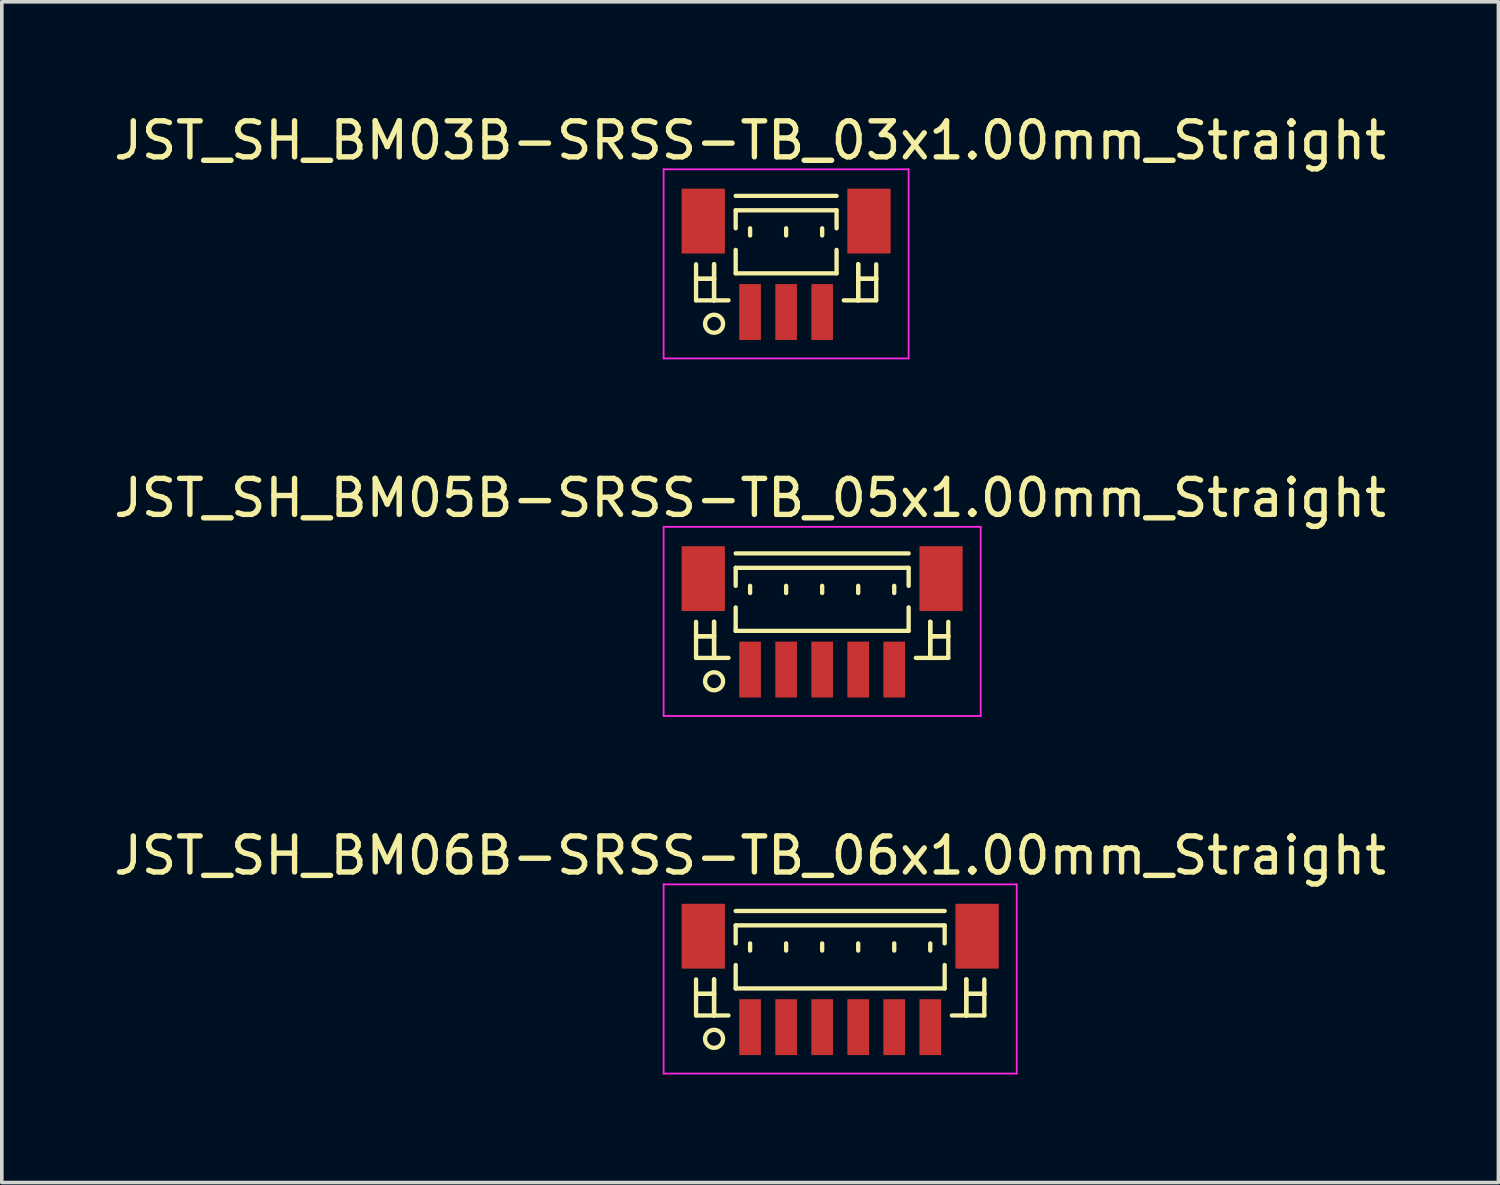
<source format=kicad_pcb>
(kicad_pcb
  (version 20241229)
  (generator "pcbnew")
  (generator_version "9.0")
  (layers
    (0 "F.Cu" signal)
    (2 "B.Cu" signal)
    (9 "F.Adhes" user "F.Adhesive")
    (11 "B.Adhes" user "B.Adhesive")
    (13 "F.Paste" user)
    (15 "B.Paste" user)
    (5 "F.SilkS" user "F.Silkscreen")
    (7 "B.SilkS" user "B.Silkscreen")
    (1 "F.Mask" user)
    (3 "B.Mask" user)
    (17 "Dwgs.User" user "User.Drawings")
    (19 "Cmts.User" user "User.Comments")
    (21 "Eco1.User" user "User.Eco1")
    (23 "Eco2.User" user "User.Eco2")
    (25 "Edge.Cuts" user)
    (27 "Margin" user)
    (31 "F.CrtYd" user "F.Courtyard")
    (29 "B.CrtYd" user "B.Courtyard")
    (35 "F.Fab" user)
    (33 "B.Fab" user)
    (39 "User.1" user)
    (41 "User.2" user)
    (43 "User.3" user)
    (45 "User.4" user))
  (footprint "JST_SH_BM03B-SRSS-TB_03x1.00mm_Straight"
    (layer "F.Cu")
    (at 18.768 4.348)
    (property "Reference" "JST_SH_BM03B-SRSS-TB_03x1.00mm_Straight" (at -1 -3.5 0) (layer "F.SilkS") (effects (font (size 1 1) (thickness 0.15))))
    (attr smd)
    (fp_line (start -2.5 -0.062) (end -2.5 0.938) (stroke (width 0.12) (type solid)) (layer "F.SilkS"))
    (fp_line (start -2.5 0.338) (end -2.5 0.338) (stroke (width 0.12) (type solid)) (layer "F.SilkS"))
    (fp_line (start -2.5 0.338) (end -2 0.338) (stroke (width 0.12) (type solid)) (layer "F.SilkS"))
    (fp_line (start -2.5 0.938) (end -1.6 0.938) (stroke (width 0.12) (type solid)) (layer "F.SilkS"))
    (fp_line (start -2 -0.062) (end -2 -0.062) (stroke (width 0.12) (type solid)) (layer "F.SilkS"))
    (fp_line (start -2 -0.062) (end -2 0.938) (stroke (width 0.12) (type solid)) (layer "F.SilkS"))
    (fp_line (start -2 0.338) (end -2.5 0.338) (stroke (width 0.12) (type solid)) (layer "F.SilkS"))
    (fp_line (start -2 0.338) (end -2 0.338) (stroke (width 0.12) (type solid)) (layer "F.SilkS"))
    (fp_line (start -2 0.938) (end -2 -0.062) (stroke (width 0.12) (type solid)) (layer "F.SilkS"))
    (fp_line (start -2 0.938) (end -2 0.938) (stroke (width 0.12) (type solid)) (layer "F.SilkS"))
    (fp_line (start -1.4 -1.962) (end 1.4 -1.962) (stroke (width 0.12) (type solid)) (layer "F.SilkS"))
    (fp_line (start -1.4 -1.562) (end 1.4 -1.562) (stroke (width 0.12) (type solid)) (layer "F.SilkS"))
    (fp_line (start -1.4 -1.062) (end -1.4 -1.562) (stroke (width 0.12) (type solid)) (layer "F.SilkS"))
    (fp_line (start -1.4 -0.463) (end -1.4 0.188) (stroke (width 0.12) (type solid)) (layer "F.SilkS"))
    (fp_line (start -1.4 0.188) (end 1.4 0.188) (stroke (width 0.12) (type solid)) (layer "F.SilkS"))
    (fp_line (start -1 -1.062) (end -1 -0.863) (stroke (width 0.12) (type solid)) (layer "F.SilkS"))
    (fp_line (start 0 -1.062) (end 0 -0.863) (stroke (width 0.12) (type solid)) (layer "F.SilkS"))
    (fp_line (start 1 -1.062) (end 1 -0.863) (stroke (width 0.12) (type solid)) (layer "F.SilkS"))
    (fp_line (start 1.4 -1.562) (end 1.4 -1.062) (stroke (width 0.12) (type solid)) (layer "F.SilkS"))
    (fp_line (start 1.4 0.188) (end 1.4 -0.463) (stroke (width 0.12) (type solid)) (layer "F.SilkS"))
    (fp_line (start 2 -0.062) (end 2 -0.062) (stroke (width 0.12) (type solid)) (layer "F.SilkS"))
    (fp_line (start 2 -0.062) (end 2 0.938) (stroke (width 0.12) (type solid)) (layer "F.SilkS"))
    (fp_line (start 2 0.338) (end 2 0.338) (stroke (width 0.12) (type solid)) (layer "F.SilkS"))
    (fp_line (start 2 0.338) (end 2.5 0.338) (stroke (width 0.12) (type solid)) (layer "F.SilkS"))
    (fp_line (start 2 0.938) (end 2 -0.062) (stroke (width 0.12) (type solid)) (layer "F.SilkS"))
    (fp_line (start 2 0.938) (end 2 0.938) (stroke (width 0.12) (type solid)) (layer "F.SilkS"))
    (fp_line (start 2.5 -0.062) (end 2.5 0.938) (stroke (width 0.12) (type solid)) (layer "F.SilkS"))
    (fp_line (start 2.5 0.338) (end 2 0.338) (stroke (width 0.12) (type solid)) (layer "F.SilkS"))
    (fp_line (start 2.5 0.338) (end 2.5 0.338) (stroke (width 0.12) (type solid)) (layer "F.SilkS"))
    (fp_line (start 2.5 0.938) (end 1.6 0.938) (stroke (width 0.12) (type solid)) (layer "F.SilkS"))
    (fp_circle (center -2 1.587) (end -1.75 1.587) (stroke (width 0.12) (type solid)) (fill no) (layer "F.SilkS"))
    (fp_line (start -3.4 -2.7) (end 3.4 -2.7) (stroke (width 0.05) (type solid)) (layer "F.CrtYd"))
    (fp_line (start -3.4 2.55) (end -3.4 -2.7) (stroke (width 0.05) (type solid)) (layer "F.CrtYd"))
    (fp_line (start 3.4 -2.7) (end 3.4 2.55) (stroke (width 0.05) (type solid)) (layer "F.CrtYd"))
    (fp_line (start 3.4 2.55) (end -3.4 2.55) (stroke (width 0.05) (type solid)) (layer "F.CrtYd"))
    (pad "" smd rect (at -2.3 -1.262) (size 1.2 1.8) (layers "F.Cu" "F.Mask" "F.Paste"))
    (pad "" smd rect (at 2.3 -1.262) (size 1.2 1.8) (layers "F.Cu" "F.Mask" "F.Paste"))
    (pad "1" smd rect (at -1 1.262) (size 0.6 1.55) (layers "F.Cu" "F.Mask" "F.Paste"))
    (pad "2" smd rect (at 0 1.262) (size 0.6 1.55) (layers "F.Cu" "F.Mask" "F.Paste"))
    (pad "3" smd rect (at 1 1.262) (size 0.6 1.55) (layers "F.Cu" "F.Mask" "F.Paste")))
  (footprint "JST_SH_BM05B-SRSS-TB_05x1.00mm_Straight"
    (layer "F.Cu")
    (at 19.768 14.271)
    (property "Reference" "JST_SH_BM05B-SRSS-TB_05x1.00mm_Straight" (at -2 -3.5 0) (layer "F.SilkS") (effects (font (size 1 1) (thickness 0.15))))
    (attr smd)
    (fp_line (start -3.5 -0.062) (end -3.5 0.938) (stroke (width 0.12) (type solid)) (layer "F.SilkS"))
    (fp_line (start -3.5 0.338) (end -3.5 0.338) (stroke (width 0.12) (type solid)) (layer "F.SilkS"))
    (fp_line (start -3.5 0.338) (end -3 0.338) (stroke (width 0.12) (type solid)) (layer "F.SilkS"))
    (fp_line (start -3.5 0.938) (end -2.6 0.938) (stroke (width 0.12) (type solid)) (layer "F.SilkS"))
    (fp_line (start -3 -0.062) (end -3 -0.062) (stroke (width 0.12) (type solid)) (layer "F.SilkS"))
    (fp_line (start -3 -0.062) (end -3 0.938) (stroke (width 0.12) (type solid)) (layer "F.SilkS"))
    (fp_line (start -3 0.338) (end -3.5 0.338) (stroke (width 0.12) (type solid)) (layer "F.SilkS"))
    (fp_line (start -3 0.338) (end -3 0.338) (stroke (width 0.12) (type solid)) (layer "F.SilkS"))
    (fp_line (start -3 0.938) (end -3 -0.062) (stroke (width 0.12) (type solid)) (layer "F.SilkS"))
    (fp_line (start -3 0.938) (end -3 0.938) (stroke (width 0.12) (type solid)) (layer "F.SilkS"))
    (fp_line (start -2.4 -1.962) (end 2.4 -1.962) (stroke (width 0.12) (type solid)) (layer "F.SilkS"))
    (fp_line (start -2.4 -1.562) (end 2.4 -1.562) (stroke (width 0.12) (type solid)) (layer "F.SilkS"))
    (fp_line (start -2.4 -1.062) (end -2.4 -1.562) (stroke (width 0.12) (type solid)) (layer "F.SilkS"))
    (fp_line (start -2.4 -0.463) (end -2.4 0.188) (stroke (width 0.12) (type solid)) (layer "F.SilkS"))
    (fp_line (start -2.4 0.188) (end 2.4 0.188) (stroke (width 0.12) (type solid)) (layer "F.SilkS"))
    (fp_line (start -2 -1.062) (end -2 -0.863) (stroke (width 0.12) (type solid)) (layer "F.SilkS"))
    (fp_line (start -1 -1.062) (end -1 -0.863) (stroke (width 0.12) (type solid)) (layer "F.SilkS"))
    (fp_line (start 0 -1.062) (end 0 -0.863) (stroke (width 0.12) (type solid)) (layer "F.SilkS"))
    (fp_line (start 1 -1.062) (end 1 -0.863) (stroke (width 0.12) (type solid)) (layer "F.SilkS"))
    (fp_line (start 2 -1.062) (end 2 -0.863) (stroke (width 0.12) (type solid)) (layer "F.SilkS"))
    (fp_line (start 2.4 -1.562) (end 2.4 -1.062) (stroke (width 0.12) (type solid)) (layer "F.SilkS"))
    (fp_line (start 2.4 0.188) (end 2.4 -0.463) (stroke (width 0.12) (type solid)) (layer "F.SilkS"))
    (fp_line (start 3 -0.062) (end 3 -0.062) (stroke (width 0.12) (type solid)) (layer "F.SilkS"))
    (fp_line (start 3 -0.062) (end 3 0.938) (stroke (width 0.12) (type solid)) (layer "F.SilkS"))
    (fp_line (start 3 0.338) (end 3 0.338) (stroke (width 0.12) (type solid)) (layer "F.SilkS"))
    (fp_line (start 3 0.338) (end 3.5 0.338) (stroke (width 0.12) (type solid)) (layer "F.SilkS"))
    (fp_line (start 3 0.938) (end 3 -0.062) (stroke (width 0.12) (type solid)) (layer "F.SilkS"))
    (fp_line (start 3 0.938) (end 3 0.938) (stroke (width 0.12) (type solid)) (layer "F.SilkS"))
    (fp_line (start 3.5 -0.062) (end 3.5 0.938) (stroke (width 0.12) (type solid)) (layer "F.SilkS"))
    (fp_line (start 3.5 0.338) (end 3 0.338) (stroke (width 0.12) (type solid)) (layer "F.SilkS"))
    (fp_line (start 3.5 0.338) (end 3.5 0.338) (stroke (width 0.12) (type solid)) (layer "F.SilkS"))
    (fp_line (start 3.5 0.938) (end 2.6 0.938) (stroke (width 0.12) (type solid)) (layer "F.SilkS"))
    (fp_circle (center -3 1.587) (end -2.75 1.587) (stroke (width 0.12) (type solid)) (fill no) (layer "F.SilkS"))
    (fp_line (start -4.4 -2.7) (end 4.4 -2.7) (stroke (width 0.05) (type solid)) (layer "F.CrtYd"))
    (fp_line (start -4.4 2.55) (end -4.4 -2.7) (stroke (width 0.05) (type solid)) (layer "F.CrtYd"))
    (fp_line (start 4.4 -2.7) (end 4.4 2.55) (stroke (width 0.05) (type solid)) (layer "F.CrtYd"))
    (fp_line (start 4.4 2.55) (end -4.4 2.55) (stroke (width 0.05) (type solid)) (layer "F.CrtYd"))
    (pad "" smd rect (at -3.3 -1.262) (size 1.2 1.8) (layers "F.Cu" "F.Mask" "F.Paste"))
    (pad "" smd rect (at 3.3 -1.262) (size 1.2 1.8) (layers "F.Cu" "F.Mask" "F.Paste"))
    (pad "1" smd rect (at -2 1.262) (size 0.6 1.55) (layers "F.Cu" "F.Mask" "F.Paste"))
    (pad "2" smd rect (at -1 1.262) (size 0.6 1.55) (layers "F.Cu" "F.Mask" "F.Paste"))
    (pad "3" smd rect (at 0 1.262) (size 0.6 1.55) (layers "F.Cu" "F.Mask" "F.Paste"))
    (pad "4" smd rect (at 1 1.262) (size 0.6 1.55) (layers "F.Cu" "F.Mask" "F.Paste"))
    (pad "5" smd rect (at 2 1.262) (size 0.6 1.55) (layers "F.Cu" "F.Mask" "F.Paste")))
  (footprint "JST_SH_BM06B-SRSS-TB_06x1.00mm_Straight"
    (layer "F.Cu")
    (at 20.268 24.195)
    (property "Reference" "JST_SH_BM06B-SRSS-TB_06x1.00mm_Straight" (at -2.5 -3.5 0) (layer "F.SilkS") (effects (font (size 1 1) (thickness 0.15))))
    (attr smd)
    (fp_line (start -4 -0.062) (end -4 0.938) (stroke (width 0.12) (type solid)) (layer "F.SilkS"))
    (fp_line (start -4 0.338) (end -4 0.338) (stroke (width 0.12) (type solid)) (layer "F.SilkS"))
    (fp_line (start -4 0.338) (end -3.5 0.338) (stroke (width 0.12) (type solid)) (layer "F.SilkS"))
    (fp_line (start -4 0.938) (end -3.1 0.938) (stroke (width 0.12) (type solid)) (layer "F.SilkS"))
    (fp_line (start -3.5 -0.062) (end -3.5 -0.062) (stroke (width 0.12) (type solid)) (layer "F.SilkS"))
    (fp_line (start -3.5 -0.062) (end -3.5 0.938) (stroke (width 0.12) (type solid)) (layer "F.SilkS"))
    (fp_line (start -3.5 0.338) (end -4 0.338) (stroke (width 0.12) (type solid)) (layer "F.SilkS"))
    (fp_line (start -3.5 0.338) (end -3.5 0.338) (stroke (width 0.12) (type solid)) (layer "F.SilkS"))
    (fp_line (start -3.5 0.938) (end -3.5 -0.062) (stroke (width 0.12) (type solid)) (layer "F.SilkS"))
    (fp_line (start -3.5 0.938) (end -3.5 0.938) (stroke (width 0.12) (type solid)) (layer "F.SilkS"))
    (fp_line (start -2.9 -1.962) (end 2.9 -1.962) (stroke (width 0.12) (type solid)) (layer "F.SilkS"))
    (fp_line (start -2.9 -1.562) (end 2.9 -1.562) (stroke (width 0.12) (type solid)) (layer "F.SilkS"))
    (fp_line (start -2.9 -1.062) (end -2.9 -1.562) (stroke (width 0.12) (type solid)) (layer "F.SilkS"))
    (fp_line (start -2.9 -0.463) (end -2.9 0.188) (stroke (width 0.12) (type solid)) (layer "F.SilkS"))
    (fp_line (start -2.9 0.188) (end 2.9 0.188) (stroke (width 0.12) (type solid)) (layer "F.SilkS"))
    (fp_line (start -2.5 -1.062) (end -2.5 -0.863) (stroke (width 0.12) (type solid)) (layer "F.SilkS"))
    (fp_line (start -1.5 -1.062) (end -1.5 -0.863) (stroke (width 0.12) (type solid)) (layer "F.SilkS"))
    (fp_line (start -0.5 -1.062) (end -0.5 -0.863) (stroke (width 0.12) (type solid)) (layer "F.SilkS"))
    (fp_line (start 0.5 -1.062) (end 0.5 -0.863) (stroke (width 0.12) (type solid)) (layer "F.SilkS"))
    (fp_line (start 1.5 -1.062) (end 1.5 -0.863) (stroke (width 0.12) (type solid)) (layer "F.SilkS"))
    (fp_line (start 2.5 -1.062) (end 2.5 -0.863) (stroke (width 0.12) (type solid)) (layer "F.SilkS"))
    (fp_line (start 2.9 -1.562) (end 2.9 -1.062) (stroke (width 0.12) (type solid)) (layer "F.SilkS"))
    (fp_line (start 2.9 0.188) (end 2.9 -0.463) (stroke (width 0.12) (type solid)) (layer "F.SilkS"))
    (fp_line (start 3.5 -0.062) (end 3.5 -0.062) (stroke (width 0.12) (type solid)) (layer "F.SilkS"))
    (fp_line (start 3.5 -0.062) (end 3.5 0.938) (stroke (width 0.12) (type solid)) (layer "F.SilkS"))
    (fp_line (start 3.5 0.338) (end 3.5 0.338) (stroke (width 0.12) (type solid)) (layer "F.SilkS"))
    (fp_line (start 3.5 0.338) (end 4 0.338) (stroke (width 0.12) (type solid)) (layer "F.SilkS"))
    (fp_line (start 3.5 0.938) (end 3.5 -0.062) (stroke (width 0.12) (type solid)) (layer "F.SilkS"))
    (fp_line (start 3.5 0.938) (end 3.5 0.938) (stroke (width 0.12) (type solid)) (layer "F.SilkS"))
    (fp_line (start 4 -0.062) (end 4 0.938) (stroke (width 0.12) (type solid)) (layer "F.SilkS"))
    (fp_line (start 4 0.338) (end 3.5 0.338) (stroke (width 0.12) (type solid)) (layer "F.SilkS"))
    (fp_line (start 4 0.338) (end 4 0.338) (stroke (width 0.12) (type solid)) (layer "F.SilkS"))
    (fp_line (start 4 0.938) (end 3.1 0.938) (stroke (width 0.12) (type solid)) (layer "F.SilkS"))
    (fp_circle (center -3.5 1.587) (end -3.25 1.587) (stroke (width 0.12) (type solid)) (fill no) (layer "F.SilkS"))
    (fp_line (start -4.9 -2.7) (end 4.9 -2.7) (stroke (width 0.05) (type solid)) (layer "F.CrtYd"))
    (fp_line (start -4.9 2.55) (end -4.9 -2.7) (stroke (width 0.05) (type solid)) (layer "F.CrtYd"))
    (fp_line (start 4.9 -2.7) (end 4.9 2.55) (stroke (width 0.05) (type solid)) (layer "F.CrtYd"))
    (fp_line (start 4.9 2.55) (end -4.9 2.55) (stroke (width 0.05) (type solid)) (layer "F.CrtYd"))
    (pad "" smd rect (at -3.8 -1.262) (size 1.2 1.8) (layers "F.Cu" "F.Mask" "F.Paste"))
    (pad "" smd rect (at 3.8 -1.262) (size 1.2 1.8) (layers "F.Cu" "F.Mask" "F.Paste"))
    (pad "1" smd rect (at -2.5 1.262) (size 0.6 1.55) (layers "F.Cu" "F.Mask" "F.Paste"))
    (pad "2" smd rect (at -1.5 1.262) (size 0.6 1.55) (layers "F.Cu" "F.Mask" "F.Paste"))
    (pad "3" smd rect (at -0.5 1.262) (size 0.6 1.55) (layers "F.Cu" "F.Mask" "F.Paste"))
    (pad "4" smd rect (at 0.5 1.262) (size 0.6 1.55) (layers "F.Cu" "F.Mask" "F.Paste"))
    (pad "5" smd rect (at 1.5 1.262) (size 0.6 1.55) (layers "F.Cu" "F.Mask" "F.Paste"))
    (pad "6" smd rect (at 2.5 1.262) (size 0.6 1.55) (layers "F.Cu" "F.Mask" "F.Paste")))
  (gr_rect
    (start -3 -3)
    (end 38.536 29.77)
    (stroke (width 0.1) (type default))
    (fill no)
    (layer "Edge.Cuts")))
</source>
